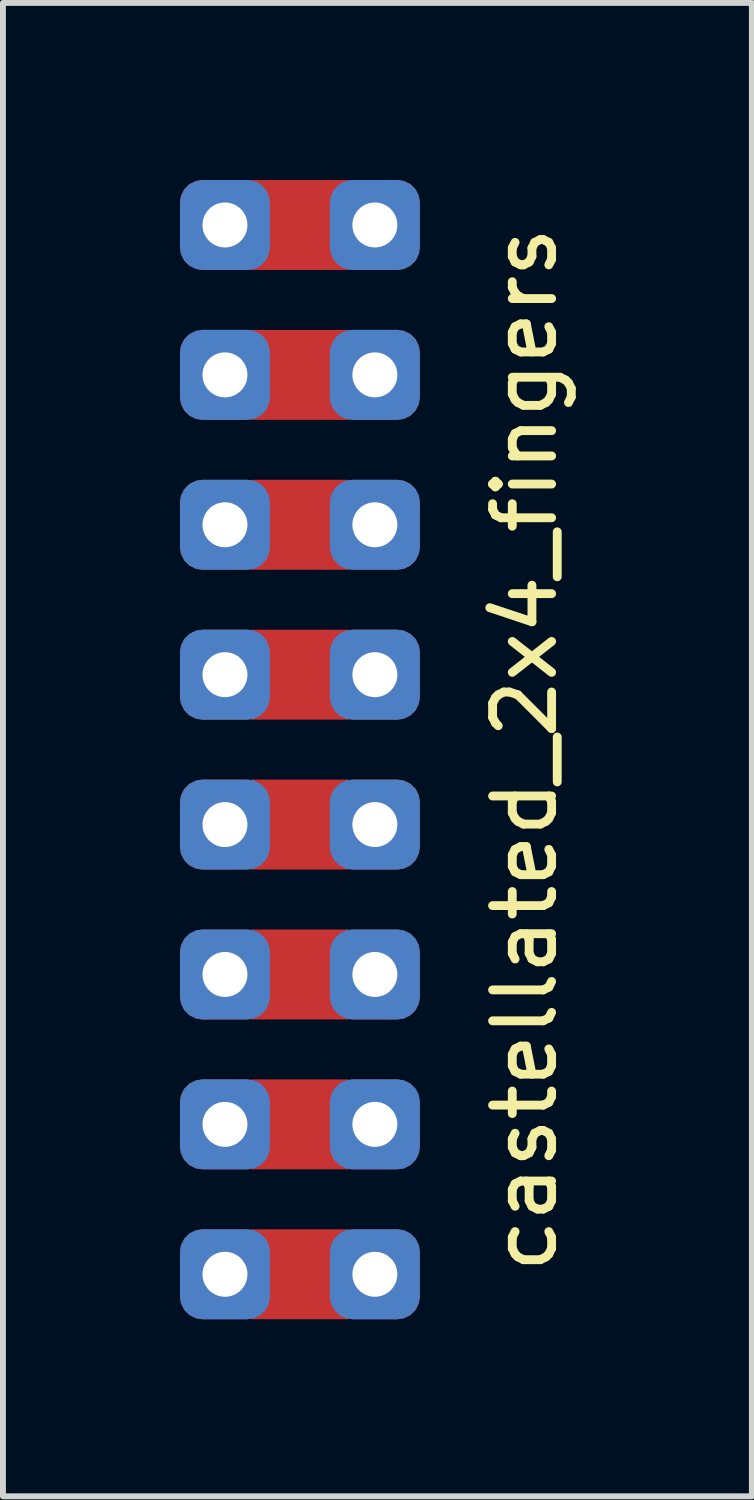
<source format=kicad_pcb>
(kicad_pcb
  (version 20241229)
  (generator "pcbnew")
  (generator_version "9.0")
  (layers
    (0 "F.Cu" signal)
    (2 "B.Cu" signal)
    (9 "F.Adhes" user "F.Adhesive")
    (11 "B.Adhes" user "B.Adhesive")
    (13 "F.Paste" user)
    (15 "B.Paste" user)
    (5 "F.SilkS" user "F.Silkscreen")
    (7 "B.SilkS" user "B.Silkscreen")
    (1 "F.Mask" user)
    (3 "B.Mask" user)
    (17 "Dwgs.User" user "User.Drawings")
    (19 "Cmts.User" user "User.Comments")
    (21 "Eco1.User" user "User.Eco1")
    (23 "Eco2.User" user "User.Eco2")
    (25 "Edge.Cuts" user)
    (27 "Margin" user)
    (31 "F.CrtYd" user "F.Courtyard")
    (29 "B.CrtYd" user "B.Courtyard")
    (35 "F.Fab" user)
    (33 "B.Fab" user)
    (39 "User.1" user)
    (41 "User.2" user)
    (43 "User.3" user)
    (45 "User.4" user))
  (footprint "castellated_2x4_fingers"
    (layer "F.Cu")
    (at 2.032 9.652)
    (property "Reference" "castellated_2x4_fingers" (at 3.81 0 90) (layer "F.SilkS") (effects (font (size 1 1) (thickness 0.15))))
    (attr through_hole)
    (pad "1" thru_hole roundrect (at -1.27 -8.89) (size 1.524 1.524) (drill 0.762) (layers "*.Cu" "*.Mask") (roundrect_rratio 0.25))
    (pad "1" thru_hole roundrect (at -1.27 -6.35) (size 1.524 1.524) (drill 0.762) (layers "*.Cu" "*.Mask") (roundrect_rratio 0.25))
    (pad "1" thru_hole roundrect (at -1.27 -3.81) (size 1.524 1.524) (drill 0.762) (layers "*.Cu" "*.Mask") (roundrect_rratio 0.25))
    (pad "1" thru_hole roundrect (at -1.27 -1.27) (size 1.524 1.524) (drill 0.762) (layers "*.Cu" "*.Mask") (roundrect_rratio 0.25))
    (pad "1" smd rect (at 0 -8.89) (size 1.651 1.524) (layers "F.Cu"))
    (pad "1" smd rect (at 0 -6.35) (size 1.651 1.524) (layers "F.Cu"))
    (pad "1" smd rect (at 0 -3.81) (size 1.651 1.524) (layers "F.Cu"))
    (pad "1" smd rect (at 0 -1.27) (size 1.651 1.524) (layers "F.Cu"))
    (pad "1" thru_hole roundrect (at 1.27 -8.89) (size 1.524 1.524) (drill 0.762) (layers "*.Cu" "*.Mask") (roundrect_rratio 0.25))
    (pad "1" thru_hole roundrect (at 1.27 -6.35) (size 1.524 1.524) (drill 0.762) (layers "*.Cu" "*.Mask") (roundrect_rratio 0.25))
    (pad "1" thru_hole roundrect (at 1.27 -3.81) (size 1.524 1.524) (drill 0.762) (layers "*.Cu" "*.Mask") (roundrect_rratio 0.25))
    (pad "1" thru_hole roundrect (at 1.27 -1.27) (size 1.524 1.524) (drill 0.762) (layers "*.Cu" "*.Mask") (roundrect_rratio 0.25))
    (pad "2" thru_hole roundrect (at -1.27 1.27) (size 1.524 1.524) (drill 0.762) (layers "*.Cu" "*.Mask") (roundrect_rratio 0.25))
    (pad "2" thru_hole roundrect (at -1.27 3.81) (size 1.524 1.524) (drill 0.762) (layers "*.Cu" "*.Mask") (roundrect_rratio 0.25))
    (pad "2" thru_hole roundrect (at -1.27 6.35) (size 1.524 1.524) (drill 0.762) (layers "*.Cu" "*.Mask") (roundrect_rratio 0.25))
    (pad "2" thru_hole roundrect (at -1.27 8.89) (size 1.524 1.524) (drill 0.762) (layers "*.Cu" "*.Mask") (roundrect_rratio 0.25))
    (pad "2" smd rect (at 0 1.27) (size 1.651 1.524) (layers "F.Cu"))
    (pad "2" smd rect (at 0 3.81) (size 1.651 1.524) (layers "F.Cu"))
    (pad "2" smd rect (at 0 6.35) (size 1.651 1.524) (layers "F.Cu"))
    (pad "2" smd rect (at 0 8.89) (size 1.651 1.524) (layers "F.Cu"))
    (pad "2" thru_hole roundrect (at 1.27 1.27) (size 1.524 1.524) (drill 0.762) (layers "*.Cu" "*.Mask") (roundrect_rratio 0.25))
    (pad "2" thru_hole roundrect (at 1.27 3.81) (size 1.524 1.524) (drill 0.762) (layers "*.Cu" "*.Mask") (roundrect_rratio 0.25))
    (pad "2" thru_hole roundrect (at 1.27 6.35) (size 1.524 1.524) (drill 0.762) (layers "*.Cu" "*.Mask") (roundrect_rratio 0.25))
    (pad "2" thru_hole roundrect (at 1.27 8.89) (size 1.524 1.524) (drill 0.762) (layers "*.Cu" "*.Mask") (roundrect_rratio 0.25)))
  (gr_rect
    (start -3 -3)
    (end 9.69 22.304)
    (stroke (width 0.1) (type default))
    (fill no)
    (layer "Edge.Cuts")))
</source>
